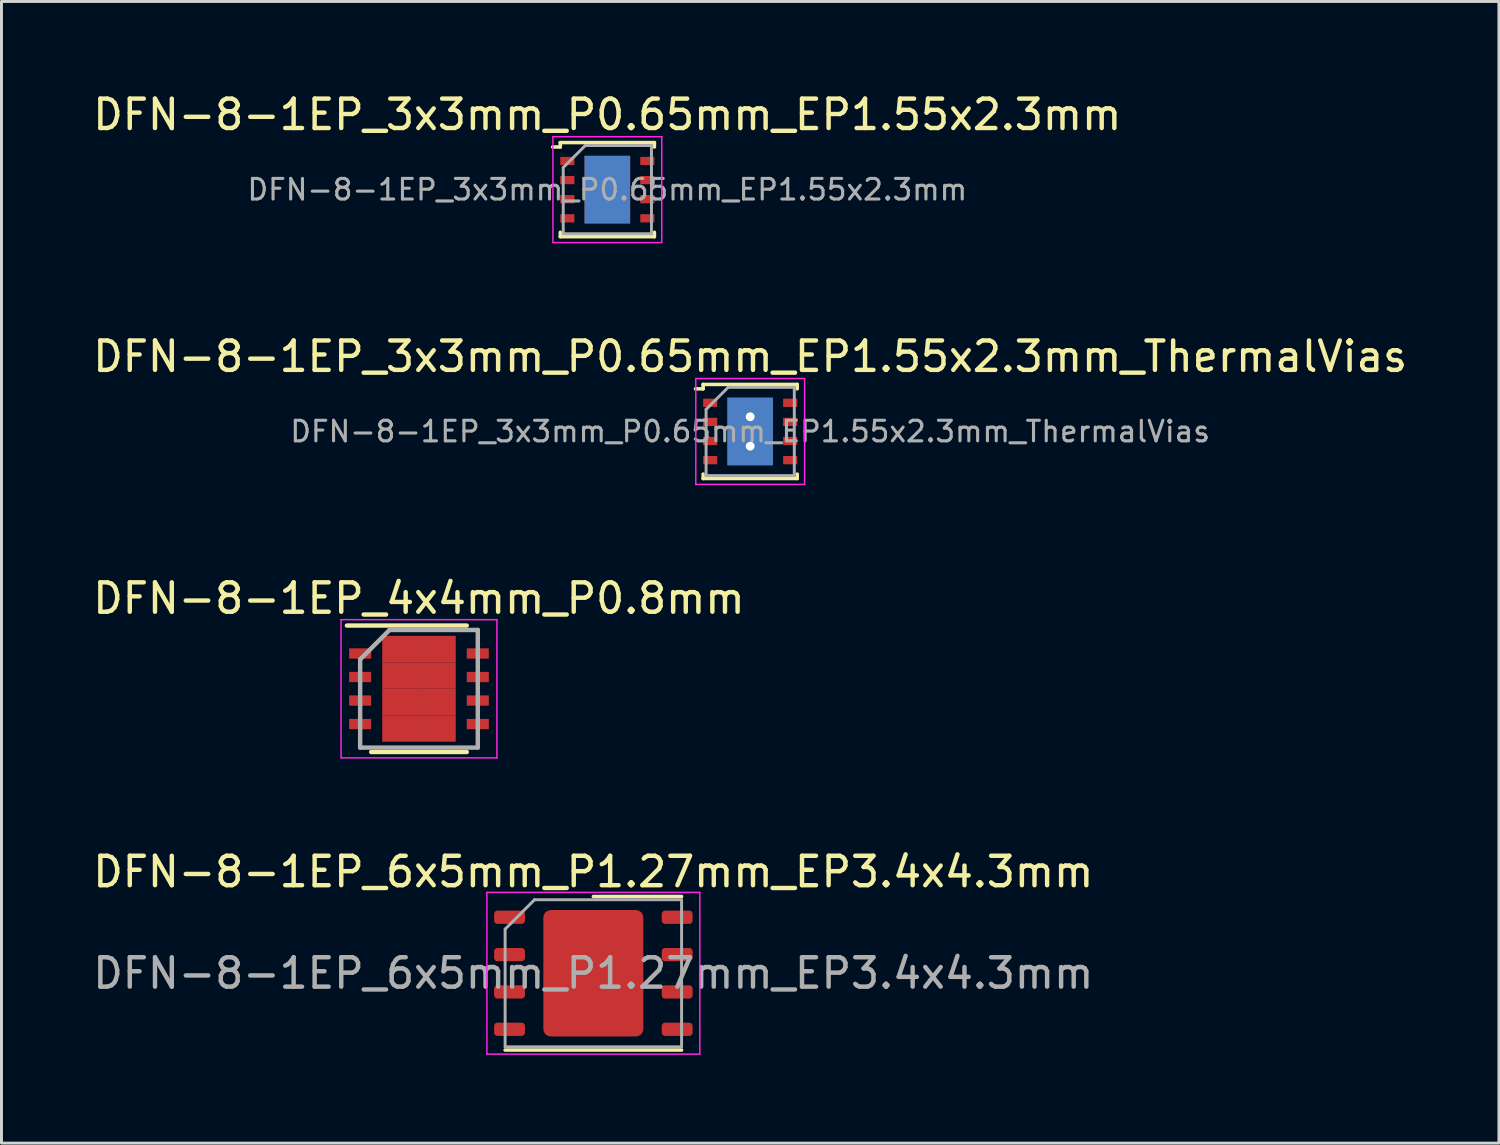
<source format=kicad_pcb>
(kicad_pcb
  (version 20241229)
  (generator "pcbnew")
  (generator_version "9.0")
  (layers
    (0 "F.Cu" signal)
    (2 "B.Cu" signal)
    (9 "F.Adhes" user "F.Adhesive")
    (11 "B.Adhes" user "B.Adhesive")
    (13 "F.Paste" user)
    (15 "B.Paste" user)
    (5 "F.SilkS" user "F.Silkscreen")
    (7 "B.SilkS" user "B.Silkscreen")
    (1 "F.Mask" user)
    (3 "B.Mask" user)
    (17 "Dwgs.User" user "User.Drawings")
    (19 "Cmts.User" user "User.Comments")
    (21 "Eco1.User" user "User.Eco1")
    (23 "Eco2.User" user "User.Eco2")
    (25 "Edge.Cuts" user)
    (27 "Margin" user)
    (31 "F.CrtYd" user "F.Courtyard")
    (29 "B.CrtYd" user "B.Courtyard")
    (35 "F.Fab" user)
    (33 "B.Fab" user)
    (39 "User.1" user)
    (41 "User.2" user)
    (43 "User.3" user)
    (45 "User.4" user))
  (footprint "DFN-8-1EP_3x3mm_P0.65mm_EP1.55x2.3mm"
    (layer "F.Cu")
    (at 17.601 3.398)
    (property "Reference" "DFN-8-1EP_3x3mm_P0.65mm_EP1.55x2.3mm" (at 0 -2.55 0) (layer "F.SilkS") (effects (font (size 1 1) (thickness 0.15))))
    (attr smd)
    (fp_line (start -1.6 -1.6) (end -1.6 -1.45) (stroke (width 0.12) (type solid)) (layer "F.SilkS"))
    (fp_line (start -1.6 -1.6) (end 1.6 -1.6) (stroke (width 0.12) (type solid)) (layer "F.SilkS"))
    (fp_line (start -1.6 -1.45) (end -1.86 -1.45) (stroke (width 0.12) (type solid)) (layer "F.SilkS"))
    (fp_line (start -1.6 1.6) (end -1.6 1.45) (stroke (width 0.12) (type solid)) (layer "F.SilkS"))
    (fp_line (start -1.6 1.6) (end 1.6 1.6) (stroke (width 0.12) (type solid)) (layer "F.SilkS"))
    (fp_line (start 1.6 -1.6) (end 1.6 -1.45) (stroke (width 0.12) (type solid)) (layer "F.SilkS"))
    (fp_line (start 1.6 1.6) (end 1.6 1.45) (stroke (width 0.12) (type solid)) (layer "F.SilkS"))
    (fp_line (start -1.85 -1.8) (end -1.85 1.8) (stroke (width 0.05) (type solid)) (layer "F.CrtYd"))
    (fp_line (start -1.85 -1.8) (end 1.85 -1.8) (stroke (width 0.05) (type solid)) (layer "F.CrtYd"))
    (fp_line (start -1.85 1.8) (end 1.85 1.8) (stroke (width 0.05) (type solid)) (layer "F.CrtYd"))
    (fp_line (start 1.85 -1.8) (end 1.85 1.8) (stroke (width 0.05) (type solid)) (layer "F.CrtYd"))
    (fp_line (start -1.5 -0.75) (end -0.75 -1.5) (stroke (width 0.1) (type solid)) (layer "F.Fab"))
    (fp_line (start -1.5 1.5) (end -1.5 -0.75) (stroke (width 0.1) (type solid)) (layer "F.Fab"))
    (fp_line (start -0.75 -1.5) (end 1.5 -1.5) (stroke (width 0.1) (type solid)) (layer "F.Fab"))
    (fp_line (start 1.5 -1.5) (end 1.5 1.5) (stroke (width 0.1) (type solid)) (layer "F.Fab"))
    (fp_line (start 1.5 1.5) (end -1.5 1.5) (stroke (width 0.1) (type solid)) (layer "F.Fab"))
    (fp_text user "${REFERENCE}" (at 0 0 0) (layer "F.Fab") (effects (font (size 0.7 0.7) (thickness 0.105))))
    (pad "" smd rect (at -0.388 -0.6) (size 0.6 1) (layers "F.Paste"))
    (pad "" smd rect (at -0.388 0.6) (size 0.6 1) (layers "F.Paste"))
    (pad "" smd rect (at 0.388 -0.6) (size 0.6 1) (layers "F.Paste"))
    (pad "" smd rect (at 0.388 0.6) (size 0.6 1) (layers "F.Paste"))
    (pad "1" smd rect (at -1.36 -0.975) (size 0.48 0.28) (layers "F.Cu" "F.Mask" "F.Paste"))
    (pad "2" smd rect (at -1.36 -0.325) (size 0.48 0.28) (layers "F.Cu" "F.Mask" "F.Paste"))
    (pad "3" smd rect (at -1.36 0.325) (size 0.48 0.28) (layers "F.Cu" "F.Mask" "F.Paste"))
    (pad "4" smd rect (at -1.36 0.975) (size 0.48 0.28) (layers "F.Cu" "F.Mask" "F.Paste"))
    (pad "5" smd rect (at 1.36 0.975) (size 0.48 0.28) (layers "F.Cu" "F.Mask" "F.Paste"))
    (pad "6" smd rect (at 1.36 0.325) (size 0.48 0.28) (layers "F.Cu" "F.Mask" "F.Paste"))
    (pad "7" smd rect (at 1.36 -0.325) (size 0.48 0.28) (layers "F.Cu" "F.Mask" "F.Paste"))
    (pad "8" smd rect (at 1.36 -0.975) (size 0.48 0.28) (layers "F.Cu" "F.Mask" "F.Paste"))
    (pad "9" smd rect (at 0 0) (size 1.55 2.3) (layers "F.Cu" "F.Mask"))
    (pad "9" smd rect (at 0 0) (size 1.55 2.3) (layers "B.Cu")))
  (footprint "DFN-8-1EP_6x5mm_P1.27mm_EP3.4x4.3mm"
    (layer "F.Cu")
    (at 17.125 30.043)
    (property "Reference" "DFN-8-1EP_6x5mm_P1.27mm_EP3.4x4.3mm" (at 0 -3.45 0) (layer "F.SilkS") (effects (font (size 1 1) (thickness 0.15))))
    (attr smd)
    (fp_line (start -3 2.61) (end 3 2.61) (stroke (width 0.12) (type solid)) (layer "F.SilkS"))
    (fp_line (start 0 -2.61) (end 3 -2.61) (stroke (width 0.12) (type solid)) (layer "F.SilkS"))
    (fp_line (start -3.62 -2.75) (end -3.62 2.75) (stroke (width 0.05) (type solid)) (layer "F.CrtYd"))
    (fp_line (start -3.62 2.75) (end 3.62 2.75) (stroke (width 0.05) (type solid)) (layer "F.CrtYd"))
    (fp_line (start 3.62 -2.75) (end -3.62 -2.75) (stroke (width 0.05) (type solid)) (layer "F.CrtYd"))
    (fp_line (start 3.62 2.75) (end 3.62 -2.75) (stroke (width 0.05) (type solid)) (layer "F.CrtYd"))
    (fp_line (start -3 -1.5) (end -2 -2.5) (stroke (width 0.1) (type solid)) (layer "F.Fab"))
    (fp_line (start -3 2.5) (end -3 -1.5) (stroke (width 0.1) (type solid)) (layer "F.Fab"))
    (fp_line (start -2 -2.5) (end 3 -2.5) (stroke (width 0.1) (type solid)) (layer "F.Fab"))
    (fp_line (start 3 -2.5) (end 3 2.5) (stroke (width 0.1) (type solid)) (layer "F.Fab"))
    (fp_line (start 3 2.5) (end -3 2.5) (stroke (width 0.1) (type solid)) (layer "F.Fab"))
    (fp_text user "${REFERENCE}" (at 0 0 0) (layer "F.Fab") (effects (font (size 1 1) (thickness 0.15))))
    (pad "" smd roundrect (at -0.85 -1.075) (size 1.37 1.73) (layers "F.Paste") (roundrect_rratio 0.182))
    (pad "" smd roundrect (at -0.85 1.075) (size 1.37 1.73) (layers "F.Paste") (roundrect_rratio 0.182))
    (pad "" smd roundrect (at 0.85 -1.075) (size 1.37 1.73) (layers "F.Paste") (roundrect_rratio 0.182))
    (pad "" smd roundrect (at 0.85 1.075) (size 1.37 1.73) (layers "F.Paste") (roundrect_rratio 0.182))
    (pad "1" smd roundrect (at -2.85 -1.905) (size 1.05 0.45) (layers "F.Cu" "F.Mask" "F.Paste") (roundrect_rratio 0.25))
    (pad "2" smd roundrect (at -2.85 -0.635) (size 1.05 0.45) (layers "F.Cu" "F.Mask" "F.Paste") (roundrect_rratio 0.25))
    (pad "3" smd roundrect (at -2.85 0.635) (size 1.05 0.45) (layers "F.Cu" "F.Mask" "F.Paste") (roundrect_rratio 0.25))
    (pad "4" smd roundrect (at -2.85 1.905) (size 1.05 0.45) (layers "F.Cu" "F.Mask" "F.Paste") (roundrect_rratio 0.25))
    (pad "5" smd roundrect (at 2.85 1.905) (size 1.05 0.45) (layers "F.Cu" "F.Mask" "F.Paste") (roundrect_rratio 0.25))
    (pad "6" smd roundrect (at 2.85 0.635) (size 1.05 0.45) (layers "F.Cu" "F.Mask" "F.Paste") (roundrect_rratio 0.25))
    (pad "7" smd roundrect (at 2.85 -0.635) (size 1.05 0.45) (layers "F.Cu" "F.Mask" "F.Paste") (roundrect_rratio 0.25))
    (pad "8" smd roundrect (at 2.85 -1.905) (size 1.05 0.45) (layers "F.Cu" "F.Mask" "F.Paste") (roundrect_rratio 0.25))
    (pad "9" smd roundrect (at 0 0) (size 3.4 4.3) (layers "F.Cu" "F.Mask") (roundrect_rratio 0.074)))
  (footprint "DFN-8-1EP_4x4mm_P0.8mm"
    (layer "F.Cu")
    (at 11.196 20.37)
    (property "Reference" "DFN-8-1EP_4x4mm_P0.8mm" (at 0 -3.075 0) (layer "F.SilkS") (effects (font (size 1 1) (thickness 0.15))))
    (attr smd)
    (fp_line (start -2.45 -2.15) (end 1.625 -2.15) (stroke (width 0.15) (type solid)) (layer "F.SilkS"))
    (fp_line (start -1.625 2.15) (end 1.625 2.15) (stroke (width 0.15) (type solid)) (layer "F.SilkS"))
    (fp_line (start -2.65 -2.35) (end -2.65 2.35) (stroke (width 0.05) (type solid)) (layer "F.CrtYd"))
    (fp_line (start -2.65 -2.35) (end 2.65 -2.35) (stroke (width 0.05) (type solid)) (layer "F.CrtYd"))
    (fp_line (start -2.65 2.35) (end 2.65 2.35) (stroke (width 0.05) (type solid)) (layer "F.CrtYd"))
    (fp_line (start 2.65 -2.35) (end 2.65 2.35) (stroke (width 0.05) (type solid)) (layer "F.CrtYd"))
    (fp_line (start -2 -1) (end -1 -2) (stroke (width 0.15) (type solid)) (layer "F.Fab"))
    (fp_line (start -2 2) (end -2 -1) (stroke (width 0.15) (type solid)) (layer "F.Fab"))
    (fp_line (start -1 -2) (end 2 -2) (stroke (width 0.15) (type solid)) (layer "F.Fab"))
    (fp_line (start 2 -2) (end 2 2) (stroke (width 0.15) (type solid)) (layer "F.Fab"))
    (fp_line (start 2 2) (end -2 2) (stroke (width 0.15) (type solid)) (layer "F.Fab"))
    (pad "1" smd rect (at -2 -1.2) (size 0.75 0.35) (layers "F.Cu" "F.Mask" "F.Paste"))
    (pad "2" smd rect (at -2 -0.4) (size 0.75 0.35) (layers "F.Cu" "F.Mask" "F.Paste"))
    (pad "3" smd rect (at -2 0.4) (size 0.75 0.35) (layers "F.Cu" "F.Mask" "F.Paste"))
    (pad "4" smd rect (at -2 1.2) (size 0.75 0.35) (layers "F.Cu" "F.Mask" "F.Paste"))
    (pad "5" smd rect (at 2 1.2) (size 0.75 0.35) (layers "F.Cu" "F.Mask" "F.Paste"))
    (pad "6" smd rect (at 2 0.4) (size 0.75 0.35) (layers "F.Cu" "F.Mask" "F.Paste"))
    (pad "7" smd rect (at 2 -0.4) (size 0.75 0.35) (layers "F.Cu" "F.Mask" "F.Paste"))
    (pad "8" smd rect (at 2 -1.2) (size 0.75 0.35) (layers "F.Cu" "F.Mask" "F.Paste"))
    (pad "9" smd rect (at -0.625 -1.35) (size 1.25 0.9) (layers "F.Cu" "F.Mask" "F.Paste"))
    (pad "9" smd rect (at -0.625 -0.45) (size 1.25 0.9) (layers "F.Cu" "F.Mask" "F.Paste"))
    (pad "9" smd rect (at -0.625 0.45) (size 1.25 0.9) (layers "F.Cu" "F.Mask" "F.Paste"))
    (pad "9" smd rect (at -0.625 1.35) (size 1.25 0.9) (layers "F.Cu" "F.Mask" "F.Paste"))
    (pad "9" smd rect (at 0.625 -1.35) (size 1.25 0.9) (layers "F.Cu" "F.Mask" "F.Paste"))
    (pad "9" smd rect (at 0.625 -0.45) (size 1.25 0.9) (layers "F.Cu" "F.Mask" "F.Paste"))
    (pad "9" smd rect (at 0.625 0.45) (size 1.25 0.9) (layers "F.Cu" "F.Mask" "F.Paste"))
    (pad "9" smd rect (at 0.625 1.35) (size 1.25 0.9) (layers "F.Cu" "F.Mask" "F.Paste")))
  (footprint "DFN-8-1EP_3x3mm_P0.65mm_EP1.55x2.3mm_ThermalVias"
    (layer "F.Cu")
    (at 22.458 11.621)
    (property "Reference" "DFN-8-1EP_3x3mm_P0.65mm_EP1.55x2.3mm_ThermalVias" (at 0 -2.55 0) (layer "F.SilkS") (effects (font (size 1 1) (thickness 0.15))))
    (attr smd)
    (fp_line (start -1.6 -1.6) (end -1.6 -1.45) (stroke (width 0.12) (type solid)) (layer "F.SilkS"))
    (fp_line (start -1.6 -1.6) (end 1.6 -1.6) (stroke (width 0.12) (type solid)) (layer "F.SilkS"))
    (fp_line (start -1.6 -1.45) (end -1.86 -1.45) (stroke (width 0.12) (type solid)) (layer "F.SilkS"))
    (fp_line (start -1.6 1.6) (end -1.6 1.45) (stroke (width 0.12) (type solid)) (layer "F.SilkS"))
    (fp_line (start -1.6 1.6) (end 1.6 1.6) (stroke (width 0.12) (type solid)) (layer "F.SilkS"))
    (fp_line (start 1.6 -1.6) (end 1.6 -1.45) (stroke (width 0.12) (type solid)) (layer "F.SilkS"))
    (fp_line (start 1.6 1.6) (end 1.6 1.45) (stroke (width 0.12) (type solid)) (layer "F.SilkS"))
    (fp_line (start -1.85 -1.8) (end -1.85 1.8) (stroke (width 0.05) (type solid)) (layer "F.CrtYd"))
    (fp_line (start -1.85 -1.8) (end 1.85 -1.8) (stroke (width 0.05) (type solid)) (layer "F.CrtYd"))
    (fp_line (start -1.85 1.8) (end 1.85 1.8) (stroke (width 0.05) (type solid)) (layer "F.CrtYd"))
    (fp_line (start 1.85 -1.8) (end 1.85 1.8) (stroke (width 0.05) (type solid)) (layer "F.CrtYd"))
    (fp_line (start -1.5 -0.75) (end -0.75 -1.5) (stroke (width 0.1) (type solid)) (layer "F.Fab"))
    (fp_line (start -1.5 1.5) (end -1.5 -0.75) (stroke (width 0.1) (type solid)) (layer "F.Fab"))
    (fp_line (start -0.75 -1.5) (end 1.5 -1.5) (stroke (width 0.1) (type solid)) (layer "F.Fab"))
    (fp_line (start 1.5 -1.5) (end 1.5 1.5) (stroke (width 0.1) (type solid)) (layer "F.Fab"))
    (fp_line (start 1.5 1.5) (end -1.5 1.5) (stroke (width 0.1) (type solid)) (layer "F.Fab"))
    (fp_text user "${REFERENCE}" (at 0 0 0) (layer "F.Fab") (effects (font (size 0.7 0.7) (thickness 0.105))))
    (pad "" smd rect (at -0.388 -0.6) (size 0.6 1) (layers "F.Paste"))
    (pad "" smd rect (at -0.388 0.6) (size 0.6 1) (layers "F.Paste"))
    (pad "" smd rect (at 0.388 -0.6) (size 0.6 1) (layers "F.Paste"))
    (pad "" smd rect (at 0.388 0.6) (size 0.6 1) (layers "F.Paste"))
    (pad "1" smd rect (at -1.36 -0.975) (size 0.48 0.28) (layers "F.Cu" "F.Mask" "F.Paste"))
    (pad "2" smd rect (at -1.36 -0.325) (size 0.48 0.28) (layers "F.Cu" "F.Mask" "F.Paste"))
    (pad "3" smd rect (at -1.36 0.325) (size 0.48 0.28) (layers "F.Cu" "F.Mask" "F.Paste"))
    (pad "4" smd rect (at -1.36 0.975) (size 0.48 0.28) (layers "F.Cu" "F.Mask" "F.Paste"))
    (pad "5" smd rect (at 1.36 0.975) (size 0.48 0.28) (layers "F.Cu" "F.Mask" "F.Paste"))
    (pad "6" smd rect (at 1.36 0.325) (size 0.48 0.28) (layers "F.Cu" "F.Mask" "F.Paste"))
    (pad "7" smd rect (at 1.36 -0.325) (size 0.48 0.28) (layers "F.Cu" "F.Mask" "F.Paste"))
    (pad "8" smd rect (at 1.36 -0.975) (size 0.48 0.28) (layers "F.Cu" "F.Mask" "F.Paste"))
    (pad "9" thru_hole circle (at 0 -0.5) (size 0.6 0.6) (drill 0.3) (layers "*.Cu" "*.Mask"))
    (pad "9" smd rect (at 0 0) (size 1.55 2.3) (layers "F.Cu" "F.Mask"))
    (pad "9" smd rect (at 0 0) (size 1.55 2.3) (layers "B.Cu"))
    (pad "9" thru_hole circle (at 0 0.5) (size 0.6 0.6) (drill 0.3) (layers "*.Cu" "*.Mask")))
  (gr_rect
    (start -3 -3)
    (end 47.917 35.818)
    (stroke (width 0.1) (type default))
    (fill no)
    (layer "Edge.Cuts")))
</source>
